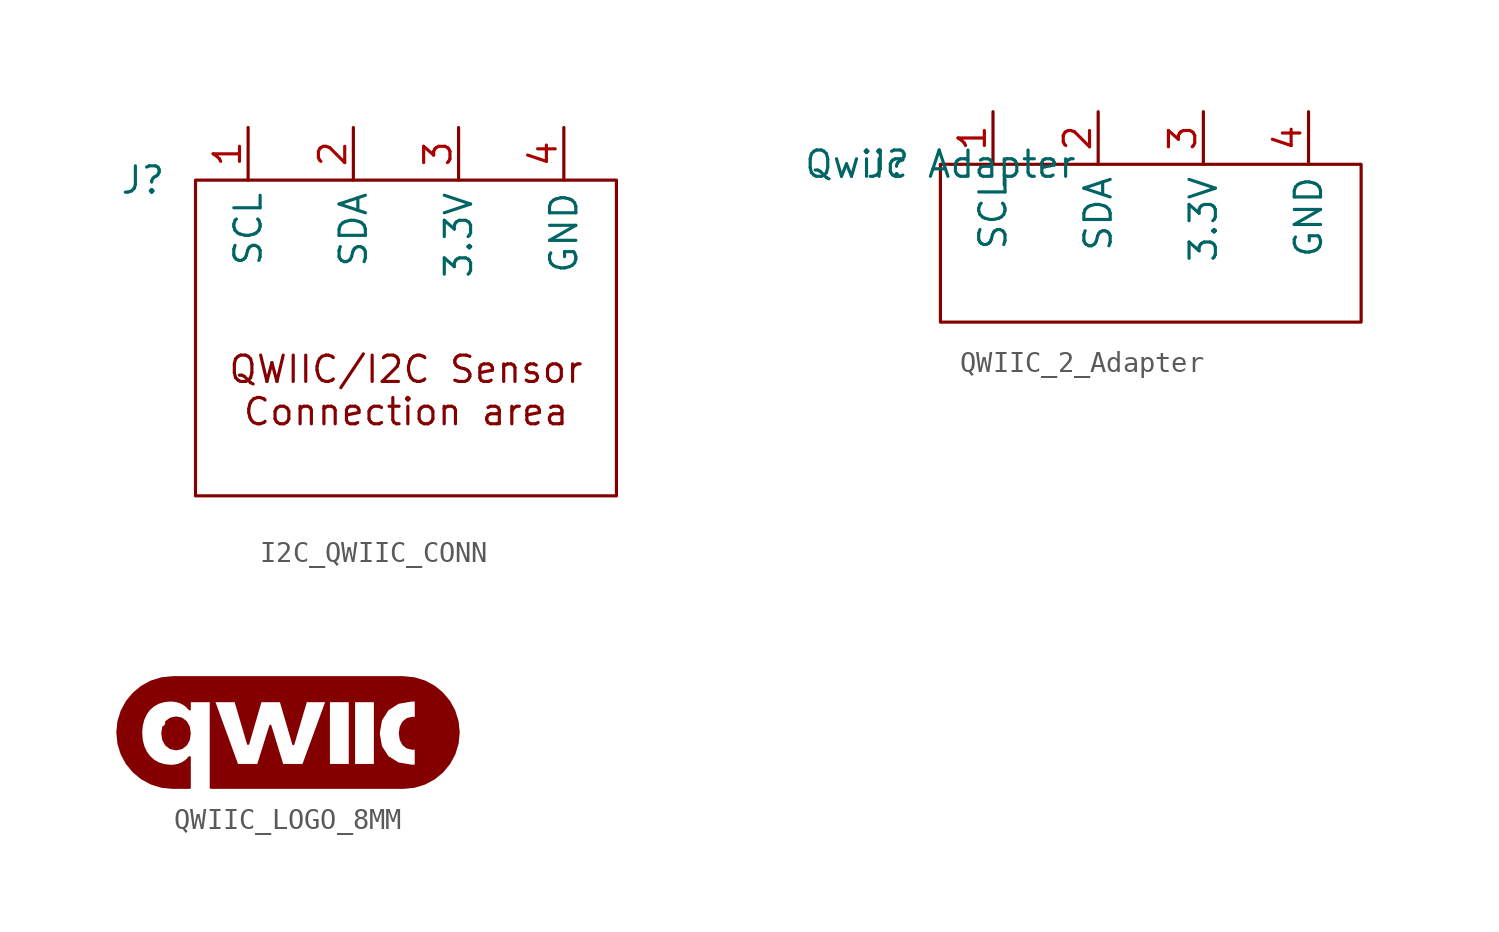
<source format=kicad_sym>
(kicad_symbol_lib
  (version 20220914)
  (generator kicad_symbol_editor)
  (symbol "I2C_QWIIC_CONN"
    (property "Reference" "J"
      (at -2.54 0 0)
      (effects (font (size 1.27 1.27))))
    (property "Value" ""
      (at 0 0 0)
      (effects (font (size 1.27 1.27))))
    (symbol "I2C_QWIIC_CONN_0_1"
      (rectangle (start 0 0) (end 20.32 -15.24) (stroke (width 0) (type default)) (fill (type none))))
    (symbol "I2C_QWIIC_CONN_1_1"
      (text "QWIIC/I2C Sensor\nConnection area" (at 10.16 -10.16 0) (effects (font (size 1.27 1.27))))
      (pin bidirectional line (at 2.54 2.54 270) (length 2.54) (name "SCL" (effects (font (size 1.27 1.27)))) (number "1" (effects (font (size 1.27 1.27)))))
      (pin bidirectional line (at 7.62 2.54 270) (length 2.54) (name "SDA" (effects (font (size 1.27 1.27)))) (number "2" (effects (font (size 1.27 1.27)))))
      (pin bidirectional line (at 12.7 2.54 270) (length 2.54) (name "3.3V" (effects (font (size 1.27 1.27)))) (number "3" (effects (font (size 1.27 1.27)))))
      (pin bidirectional line (at 17.78 2.54 270) (length 2.54) (name "GND" (effects (font (size 1.27 1.27)))) (number "4" (effects (font (size 1.27 1.27)))))))
  (symbol "QWIIC_2_Adapter"
    (property "Reference" "J"
      (at -2.54 0 0)
      (effects (font (size 1.27 1.27))))
    (property "Value" "Qwiic Adapter"
      (at 0 0 0)
      (effects (font (size 1.27 1.27))))
    (symbol "QWIIC_2_Adapter_0_1"
      (polyline (pts (xy 0 0) (xy 20.32 0) (xy 20.32 -7.62) (xy 0 -7.62) (xy 0 0)) (stroke (width 0) (type default)) (fill (type none))))
    (symbol "QWIIC_2_Adapter_1_1"
      (pin bidirectional line (at 2.54 2.54 270) (length 2.54) (name "SCL" (effects (font (size 1.27 1.27)))) (number "1" (effects (font (size 1.27 1.27)))))
      (pin bidirectional line (at 7.62 2.54 270) (length 2.54) (name "SDA" (effects (font (size 1.27 1.27)))) (number "2" (effects (font (size 1.27 1.27)))))
      (pin bidirectional line (at 12.7 2.54 270) (length 2.54) (name "3.3V" (effects (font (size 1.27 1.27)))) (number "3" (effects (font (size 1.27 1.27)))))
      (pin bidirectional line (at 17.78 2.54 270) (length 2.54) (name "GND" (effects (font (size 1.27 1.27)))) (number "4" (effects (font (size 1.27 1.27)))))))
  (symbol "QWIIC_LOGO_8MM"
    (property "Reference" "LOGO"
      (at 0 0 0)
      (effects (font (size 1.27 1.27)) hide))
    (property "ki_locked" ""
      (at 0 0 0)
      (effects (font (size 1.27 1.27))))
    (symbol "QWIIC_LOGO_8MM_1_0"
      (polyline (pts (xy -5.981 0.253) (xy -6.029 -0.06) (xy -5.981 -0.373) (xy -5.853 -0.603) (xy -5.815 -0.639) (xy -5.646 -0.765) (xy -5.597 -0.781) (xy -5.39 -0.824) (xy -5.339 -0.825) (xy -5.132 -0.781) (xy -5.083 -0.766) (xy -4.915 -0.638) (xy -4.877 -0.603) (xy -4.749 -0.372) (xy -4.702 -0.059) (xy -4.749 0.253) (xy -4.877 0.484) (xy -4.914 0.52) (xy -5.083 0.646) (xy -5.132 0.662) (xy -5.339 0.705) (xy -5.391 0.704) (xy -5.597 0.661) (xy -5.646 0.645) (xy -5.815 0.518) (xy -5.853 0.483)) (stroke (width 0.1) (type solid)) (fill (type outline)))
      (polyline (pts (xy 5.622 2.656) (xy -5.487 2.656) (xy -5.54 2.655) (xy -6.067 2.602) (xy -6.572 2.444) (xy -6.99 2.217) (xy -7.035 2.19) (xy -7.402 1.887) (xy -7.439 1.849) (xy -7.742 1.482) (xy -7.768 1.436) (xy -7.995 1.017) (xy -8.136 0.562) (xy -8.15 0.511) (xy -8.203 -0.015) (xy -8.15 -0.541) (xy -8.138 -0.592) (xy -7.997 -1.047) (xy -7.974 -1.095) (xy -7.747 -1.513) (xy -7.444 -1.881) (xy -7.408 -1.919) (xy -7.041 -2.222) (xy -6.997 -2.251) (xy -6.579 -2.478) (xy -6.529 -2.496) (xy -6.074 -2.637) (xy -6.022 -2.644) (xy -5.548 -2.691) (xy -5.495 -2.693) (xy -4.702 -2.693) (xy -4.701 -1.212) (xy -4.72 -1.211) (xy -4.788 -1.292) (xy -4.865 -1.365) (xy -4.906 -1.398) (xy -4.992 -1.459) (xy -5.084 -1.511) (xy -5.182 -1.552) (xy -5.231 -1.57) (xy -5.333 -1.598) (xy -5.438 -1.615) (xy -5.49 -1.621) (xy -5.596 -1.627) (xy -5.649 -1.624) (xy -5.912 -1.599) (xy -5.963 -1.586) (xy -6.165 -1.524) (xy -6.215 -1.506) (xy -6.446 -1.377) (xy -6.643 -1.201) (xy -6.677 -1.161) (xy -6.801 -0.989) (xy -6.829 -0.945) (xy -6.939 -0.704) (xy -6.955 -0.654) (xy -7.018 -0.397) (xy -7.026 -0.345) (xy -7.046 -0.081) (xy -7.05 -0.028) (xy -7.025 0.288) (xy -7.015 0.34) (xy -6.952 0.597) (xy -6.932 0.645) (xy -6.844 0.838) (xy -6.82 0.885) (xy -6.664 1.099) (xy -6.467 1.275) (xy -6.422 1.303) (xy -6.237 1.406) (xy -6.189 1.426) (xy -5.936 1.502) (xy -5.672 1.527) (xy -5.62 1.529) (xy -5.514 1.524) (xy -5.461 1.518) (xy -5.357 1.502) (xy -5.255 1.474) (xy -5.205 1.458) (xy -5.106 1.418) (xy -5.013 1.367) (xy -4.969 1.34) (xy -4.883 1.278) (xy -4.805 1.206) (xy -4.701 1.095) (xy -4.701 1.466) (xy -4.679 1.496) (xy -3.727 1.496) (xy -3.699 1.487) (xy -3.505 1.496) (xy -2.512 1.496) (xy -2.485 1.461) (xy -1.886 -0.568) (xy -1.872 -0.561) (xy -1.283 1.471) (xy -1.248 1.496) (xy -0.349 1.496) (xy -0.304 1.486) (xy 0.29 -0.545) (xy 0.305 -0.584) (xy 0.919 1.496) (xy 1.871 1.496) (xy 1.894 1.488) (xy 2.037 1.489) (xy 2.068 1.496) (xy 3.02 1.496) (xy 3.033 1.456) (xy 3.033 -1.547) (xy 3.238 -1.554) (xy 3.238 1.449) (xy 3.244 1.496) (xy 4.196 1.496) (xy 4.247 1.494) (xy 4.247 -1.562) (xy 4.835 -1.149) (xy 4.553 -0.716) (xy 4.537 -0.666) (xy 4.436 -0.094) (xy 4.433 -0.042) (xy 4.543 0.584) (xy 4.568 0.629) (xy 4.855 1.074) (xy 4.893 1.109) (xy 5.338 1.395) (xy 5.385 1.419) (xy 6.01 1.527) (xy 6.063 1.529) (xy 6.116 1.528) (xy 6.221 1.52) (xy 6.223 1.469) (xy 6.223 0.676) (xy 6.184 0.683) (xy 6.131 0.689) (xy 6.079 0.692) (xy 6.027 0.684) (xy 5.82 0.639) (xy 5.777 0.608) (xy 5.652 0.51) (xy 5.615 0.474) (xy 5.515 0.288) (xy 5.493 0.24) (xy 5.455 -0.021) (xy 5.453 -0.074) (xy 5.491 -0.336) (xy 5.508 -0.385) (xy 5.607 -0.572) (xy 5.64 -0.612) (xy 5.807 -0.742) (xy 5.857 -0.757) (xy 6.064 -0.801) (xy 6.117 -0.799) (xy 6.17 -0.794) (xy 6.222 -0.786) (xy 6.223 -1.578) (xy 6.203 -1.613) (xy 6.098 -1.62) (xy 6.045 -1.621) (xy 5.992 -1.618) (xy 5.367 -1.51) (xy 4.875 -1.2) (xy 4.85 -1.169) (xy 4.236 -1.58) (xy 4.223 -1.588) (xy 3.27 -1.588) (xy 3.249 -1.574) (xy 3.029 -1.571) (xy 3.023 -1.588) (xy 2.071 -1.588) (xy 2.024 -1.582) (xy 2.024 1.474) (xy 1.901 1.472) (xy 0.797 -1.547) (xy 0.756 -1.588) (xy -0.197 -1.588) (xy -0.23 -1.561) (xy -0.806 0.31) (xy -0.822 0.272) (xy -1.388 -1.546) (xy -1.411 -1.588) (xy -2.363 -1.588) (xy -2.408 -1.577) (xy -3.513 1.456) (xy -3.516 1.484) (xy -3.687 1.47) (xy -3.687 -2.643) (xy -3.684 -2.693) (xy 5.574 -2.693) (xy 5.627 -2.693) (xy 6.153 -2.64) (xy 6.204 -2.626) (xy 6.659 -2.485) (xy 7.078 -2.258) (xy 7.123 -2.232) (xy 7.491 -1.929) (xy 7.528 -1.892) (xy 7.831 -1.525) (xy 7.859 -1.48) (xy 8.086 -1.061) (xy 8.243 -0.556) (xy 8.296 -0.03) (xy 8.293 0.023) (xy 8.245 0.497) (xy 8.234 0.548) (xy 8.093 1.003) (xy 8.071 1.051) (xy 7.844 1.469) (xy 7.812 1.511) (xy 7.542 1.837) (xy 7.508 1.877) (xy 7.14 2.18) (xy 7.097 2.21) (xy 6.678 2.437) (xy 6.629 2.456) (xy 6.175 2.597) (xy 6.122 2.605) (xy 5.649 2.653)) (stroke (width 0.1) (type solid)) (fill (type outline))))))
</source>
